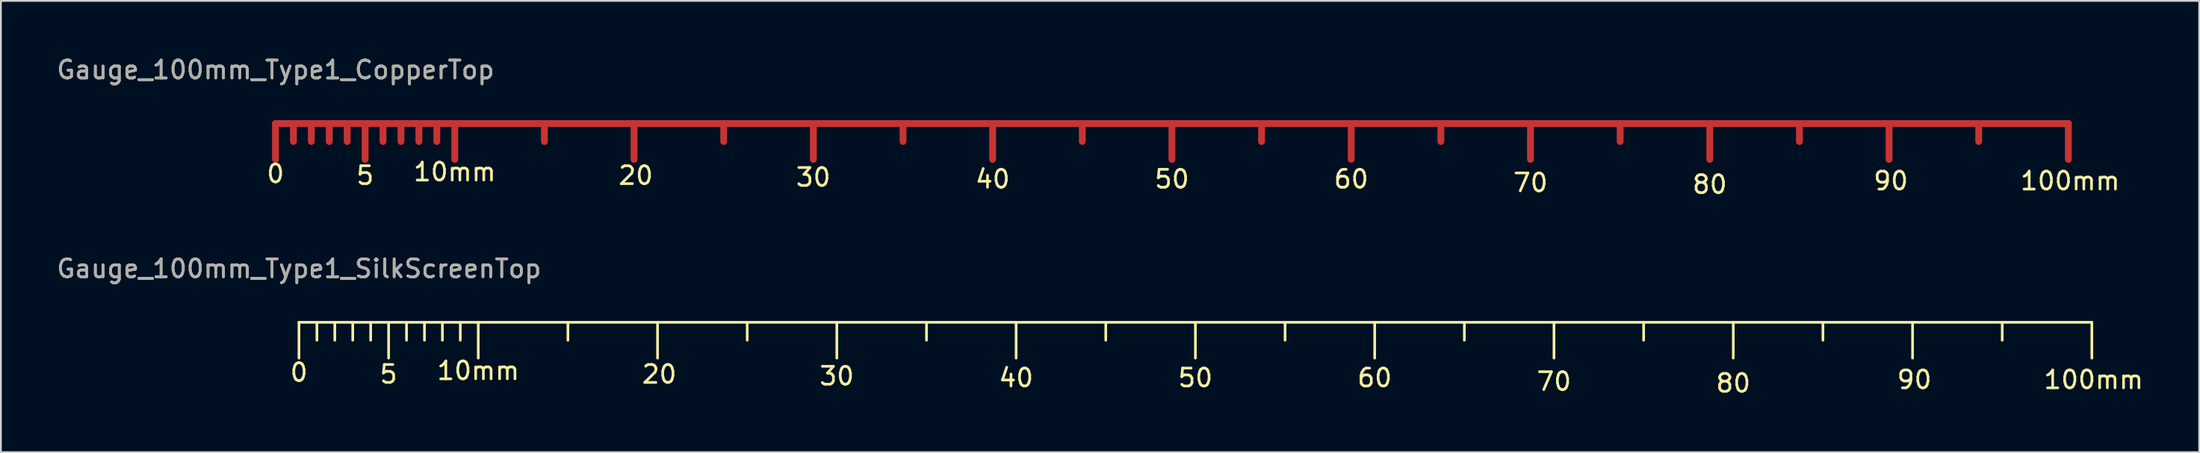
<source format=kicad_pcb>
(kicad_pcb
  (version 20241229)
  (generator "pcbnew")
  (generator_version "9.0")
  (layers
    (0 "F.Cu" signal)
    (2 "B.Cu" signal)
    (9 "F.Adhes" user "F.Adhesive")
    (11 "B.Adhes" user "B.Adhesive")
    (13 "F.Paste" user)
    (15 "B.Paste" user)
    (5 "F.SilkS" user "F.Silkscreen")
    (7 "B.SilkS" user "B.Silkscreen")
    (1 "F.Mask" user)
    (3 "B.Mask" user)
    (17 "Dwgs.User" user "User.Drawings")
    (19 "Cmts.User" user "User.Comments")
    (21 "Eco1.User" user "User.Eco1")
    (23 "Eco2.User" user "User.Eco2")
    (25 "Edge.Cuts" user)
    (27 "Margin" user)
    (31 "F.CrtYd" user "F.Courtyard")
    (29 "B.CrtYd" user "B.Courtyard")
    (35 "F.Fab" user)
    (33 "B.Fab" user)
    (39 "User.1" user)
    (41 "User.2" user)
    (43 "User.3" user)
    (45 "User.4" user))
  (footprint "Gauge_100mm_Type1_CopperTop"
    (layer "F.Cu")
    (at 12.315 3.848)
    (property "Reference" "Gauge_100mm_Type1_CopperTop" (at 0 -3 0) (layer "F.SilkS") (effects (font (size 1 1) (thickness 0.15))))
    (attr exclude_from_pos_files exclude_from_bom)
    (fp_line (start 0 0) (end 0 1.999) (stroke (width 0.381) (type solid)) (layer "F.Cu"))
    (fp_line (start 0 0) (end 10 0) (stroke (width 0.381) (type solid)) (layer "F.Cu"))
    (fp_line (start 1.001 0) (end 1.001 1.001) (stroke (width 0.381) (type solid)) (layer "F.Cu"))
    (fp_line (start 1.999 0) (end 1.999 1.001) (stroke (width 0.381) (type solid)) (layer "F.Cu"))
    (fp_line (start 3 0) (end 3 1.001) (stroke (width 0.381) (type solid)) (layer "F.Cu"))
    (fp_line (start 4 0) (end 4 1.001) (stroke (width 0.381) (type solid)) (layer "F.Cu"))
    (fp_line (start 5.001 0) (end 5.001 1.999) (stroke (width 0.381) (type solid)) (layer "F.Cu"))
    (fp_line (start 5.999 0) (end 5.999 1.001) (stroke (width 0.381) (type solid)) (layer "F.Cu"))
    (fp_line (start 7 0) (end 7 1.001) (stroke (width 0.381) (type solid)) (layer "F.Cu"))
    (fp_line (start 8.001 0) (end 8.001 1.001) (stroke (width 0.381) (type solid)) (layer "F.Cu"))
    (fp_line (start 8.999 0) (end 8.999 1.001) (stroke (width 0.381) (type solid)) (layer "F.Cu"))
    (fp_line (start 10 0) (end 10 1.999) (stroke (width 0.381) (type solid)) (layer "F.Cu"))
    (fp_line (start 10 0) (end 100 0) (stroke (width 0.381) (type solid)) (layer "F.Cu"))
    (fp_line (start 15.001 0) (end 15.001 1.001) (stroke (width 0.381) (type solid)) (layer "F.Cu"))
    (fp_line (start 20 0) (end 20 1.999) (stroke (width 0.381) (type solid)) (layer "F.Cu"))
    (fp_line (start 25.001 0) (end 25.001 1.001) (stroke (width 0.381) (type solid)) (layer "F.Cu"))
    (fp_line (start 30 0) (end 30 1.999) (stroke (width 0.381) (type solid)) (layer "F.Cu"))
    (fp_line (start 35.001 0) (end 35.001 1.001) (stroke (width 0.381) (type solid)) (layer "F.Cu"))
    (fp_line (start 40 0) (end 40 1.999) (stroke (width 0.381) (type solid)) (layer "F.Cu"))
    (fp_line (start 45.001 0) (end 45.001 1.001) (stroke (width 0.381) (type solid)) (layer "F.Cu"))
    (fp_line (start 50 0) (end 50 1.999) (stroke (width 0.381) (type solid)) (layer "F.Cu"))
    (fp_line (start 55.001 0) (end 55.001 1.001) (stroke (width 0.381) (type solid)) (layer "F.Cu"))
    (fp_line (start 60 0) (end 60 1.999) (stroke (width 0.381) (type solid)) (layer "F.Cu"))
    (fp_line (start 65.001 0) (end 65.001 1.001) (stroke (width 0.381) (type solid)) (layer "F.Cu"))
    (fp_line (start 70 0) (end 70 1.999) (stroke (width 0.381) (type solid)) (layer "F.Cu"))
    (fp_line (start 75.001 0) (end 75.001 1.001) (stroke (width 0.381) (type solid)) (layer "F.Cu"))
    (fp_line (start 80 0) (end 80 1.999) (stroke (width 0.381) (type solid)) (layer "F.Cu"))
    (fp_line (start 85.001 0) (end 85.001 1.001) (stroke (width 0.381) (type solid)) (layer "F.Cu"))
    (fp_line (start 90 0) (end 90 1.999) (stroke (width 0.381) (type solid)) (layer "F.Cu"))
    (fp_line (start 95.001 0) (end 95.001 1.001) (stroke (width 0.381) (type solid)) (layer "F.Cu"))
    (fp_line (start 100 0) (end 100 1.999) (stroke (width 0.381) (type solid)) (layer "F.Cu"))
    (fp_text user "50" (at 50 3.101 0) (layer "F.SilkS") (effects (font (size 1 1) (thickness 0.15))))
    (fp_text user "100mm" (at 100.101 3.203 0) (layer "F.SilkS") (effects (font (size 1 1) (thickness 0.15))))
    (fp_text user "10mm" (at 10 2.7 0) (layer "F.SilkS") (effects (font (size 1 1) (thickness 0.15))))
    (fp_text user "30" (at 30 3 0) (layer "F.SilkS") (effects (font (size 1 1) (thickness 0.15))))
    (fp_text user "90" (at 90.101 3.203 0) (layer "F.SilkS") (effects (font (size 1 1) (thickness 0.15))))
    (fp_text user "60" (at 60 3.101 0) (layer "F.SilkS") (effects (font (size 1 1) (thickness 0.15))))
    (fp_text user "40" (at 40 3.101 0) (layer "F.SilkS") (effects (font (size 1 1) (thickness 0.15))))
    (fp_text user "80" (at 80 3.401 0) (layer "F.SilkS") (effects (font (size 1 1) (thickness 0.15))))
    (fp_text user "70" (at 70 3.302 0) (layer "F.SilkS") (effects (font (size 1 1) (thickness 0.15))))
    (fp_text user "20" (at 20.099 2.901 0) (layer "F.SilkS") (effects (font (size 1 1) (thickness 0.15))))
    (fp_text user "5" (at 4.999 2.901 0) (layer "F.SilkS") (effects (font (size 1 1) (thickness 0.15))))
    (fp_text user "0" (at 0 2.799 0) (layer "F.SilkS") (effects (font (size 1 1) (thickness 0.15))))
    (fp_text user "${REFERENCE}" (at 0 -3 0) (layer "F.Fab") (effects (font (size 1 1) (thickness 0.15)))))
  (footprint "Gauge_100mm_Type1_SilkScreenTop"
    (layer "F.Cu")
    (at 13.625 14.945)
    (property "Reference" "Gauge_100mm_Type1_SilkScreenTop" (at 0 -3 0) (layer "F.SilkS") (effects (font (size 1 1) (thickness 0.15))))
    (attr exclude_from_pos_files exclude_from_bom)
    (fp_line (start 0 0) (end 0 1.999) (stroke (width 0.15) (type solid)) (layer "F.SilkS"))
    (fp_line (start 0 0) (end 10 0) (stroke (width 0.15) (type solid)) (layer "F.SilkS"))
    (fp_line (start 1.001 0) (end 1.001 1.001) (stroke (width 0.15) (type solid)) (layer "F.SilkS"))
    (fp_line (start 1.999 0) (end 1.999 1.001) (stroke (width 0.15) (type solid)) (layer "F.SilkS"))
    (fp_line (start 3 0) (end 3 1.001) (stroke (width 0.15) (type solid)) (layer "F.SilkS"))
    (fp_line (start 4 0) (end 4 1.001) (stroke (width 0.15) (type solid)) (layer "F.SilkS"))
    (fp_line (start 5.001 0) (end 5.001 1.999) (stroke (width 0.15) (type solid)) (layer "F.SilkS"))
    (fp_line (start 5.999 0) (end 5.999 1.001) (stroke (width 0.15) (type solid)) (layer "F.SilkS"))
    (fp_line (start 7 0) (end 7 1.001) (stroke (width 0.15) (type solid)) (layer "F.SilkS"))
    (fp_line (start 8.001 0) (end 8.001 1.001) (stroke (width 0.15) (type solid)) (layer "F.SilkS"))
    (fp_line (start 8.999 0) (end 8.999 1.001) (stroke (width 0.15) (type solid)) (layer "F.SilkS"))
    (fp_line (start 10 0) (end 10 1.999) (stroke (width 0.15) (type solid)) (layer "F.SilkS"))
    (fp_line (start 10 0) (end 100 0) (stroke (width 0.15) (type solid)) (layer "F.SilkS"))
    (fp_line (start 15.001 0) (end 15.001 1.001) (stroke (width 0.15) (type solid)) (layer "F.SilkS"))
    (fp_line (start 20 0) (end 20 1.999) (stroke (width 0.15) (type solid)) (layer "F.SilkS"))
    (fp_line (start 25.001 0) (end 25.001 1.001) (stroke (width 0.15) (type solid)) (layer "F.SilkS"))
    (fp_line (start 30 0) (end 30 1.999) (stroke (width 0.15) (type solid)) (layer "F.SilkS"))
    (fp_line (start 35.001 0) (end 35.001 1.001) (stroke (width 0.15) (type solid)) (layer "F.SilkS"))
    (fp_line (start 40 0) (end 40 1.999) (stroke (width 0.15) (type solid)) (layer "F.SilkS"))
    (fp_line (start 45.001 0) (end 45.001 1.001) (stroke (width 0.15) (type solid)) (layer "F.SilkS"))
    (fp_line (start 50 0) (end 50 1.999) (stroke (width 0.15) (type solid)) (layer "F.SilkS"))
    (fp_line (start 55.001 0) (end 55.001 1.001) (stroke (width 0.15) (type solid)) (layer "F.SilkS"))
    (fp_line (start 60 0) (end 60 1.999) (stroke (width 0.15) (type solid)) (layer "F.SilkS"))
    (fp_line (start 65.001 0) (end 65.001 1.001) (stroke (width 0.15) (type solid)) (layer "F.SilkS"))
    (fp_line (start 70 0) (end 70 1.999) (stroke (width 0.15) (type solid)) (layer "F.SilkS"))
    (fp_line (start 75.001 0) (end 75.001 1.001) (stroke (width 0.15) (type solid)) (layer "F.SilkS"))
    (fp_line (start 80 0) (end 80 1.999) (stroke (width 0.15) (type solid)) (layer "F.SilkS"))
    (fp_line (start 85.001 0) (end 85.001 1.001) (stroke (width 0.15) (type solid)) (layer "F.SilkS"))
    (fp_line (start 90 0) (end 90 1.999) (stroke (width 0.15) (type solid)) (layer "F.SilkS"))
    (fp_line (start 95.001 0) (end 95.001 1.001) (stroke (width 0.15) (type solid)) (layer "F.SilkS"))
    (fp_line (start 100 0) (end 100 1.999) (stroke (width 0.15) (type solid)) (layer "F.SilkS"))
    (fp_text user "90" (at 90.101 3.203 0) (layer "F.SilkS") (effects (font (size 1 1) (thickness 0.15))))
    (fp_text user "40" (at 40 3.101 0) (layer "F.SilkS") (effects (font (size 1 1) (thickness 0.15))))
    (fp_text user "20" (at 20.099 2.901 0) (layer "F.SilkS") (effects (font (size 1 1) (thickness 0.15))))
    (fp_text user "80" (at 80 3.401 0) (layer "F.SilkS") (effects (font (size 1 1) (thickness 0.15))))
    (fp_text user "50" (at 50 3.101 0) (layer "F.SilkS") (effects (font (size 1 1) (thickness 0.15))))
    (fp_text user "100mm" (at 100.101 3.203 0) (layer "F.SilkS") (effects (font (size 1 1) (thickness 0.15))))
    (fp_text user "10mm" (at 10 2.7 0) (layer "F.SilkS") (effects (font (size 1 1) (thickness 0.15))))
    (fp_text user "5" (at 4.999 2.901 0) (layer "F.SilkS") (effects (font (size 1 1) (thickness 0.15))))
    (fp_text user "0" (at 0 2.799 0) (layer "F.SilkS") (effects (font (size 1 1) (thickness 0.15))))
    (fp_text user "60" (at 60 3.101 0) (layer "F.SilkS") (effects (font (size 1 1) (thickness 0.15))))
    (fp_text user "70" (at 70 3.302 0) (layer "F.SilkS") (effects (font (size 1 1) (thickness 0.15))))
    (fp_text user "30" (at 30 3 0) (layer "F.SilkS") (effects (font (size 1 1) (thickness 0.15))))
    (fp_text user "${REFERENCE}" (at 0 -3 0) (layer "F.Fab") (effects (font (size 1 1) (thickness 0.15)))))
  (gr_rect
    (start -3 -3)
    (end 119.613 22.195)
    (stroke (width 0.1) (type default))
    (fill no)
    (layer "Edge.Cuts")))
</source>
